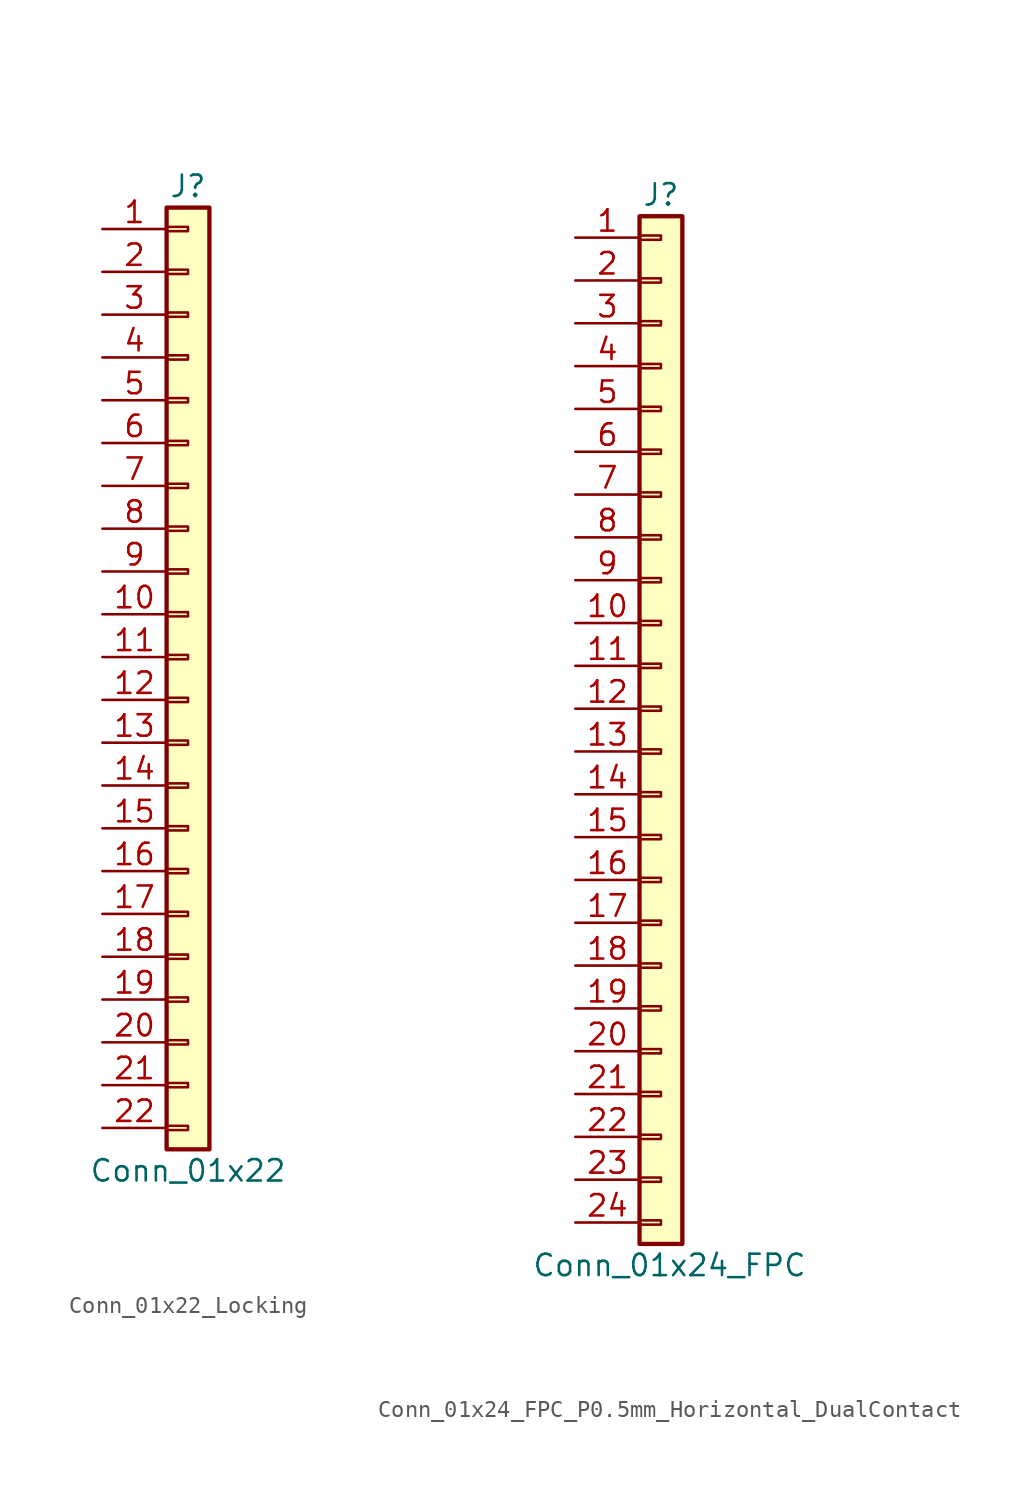
<source format=kicad_sym>
(kicad_symbol_lib
  (version 20241209)
  (generator "kicad_symbol_editor")
  (generator_version "9.0")
  (symbol "Conn_01x22_Locking"
    (pin_names
      (offset 1.016)
      (hide yes))
    (property "Reference" "J"
      (at 0 27.94 0)
      (effects (font (size 1.27 1.27))))
    (property "Value" "Conn_01x22"
      (at 0 -30.48 0)
      (effects (font (size 1.27 1.27))))
    (symbol "Conn_01x22_Locking_1_1"
      (rectangle (start -1.27 26.67) (end 1.27 -29.21) (stroke (width 0.254) (type default)) (fill (type background)))
      (rectangle (start -1.27 25.527) (end 0 25.273) (stroke (width 0.152) (type default)) (fill (type none)))
      (rectangle (start -1.27 22.987) (end 0 22.733) (stroke (width 0.152) (type default)) (fill (type none)))
      (rectangle (start -1.27 20.447) (end 0 20.193) (stroke (width 0.152) (type default)) (fill (type none)))
      (rectangle (start -1.27 17.907) (end 0 17.653) (stroke (width 0.152) (type default)) (fill (type none)))
      (rectangle (start -1.27 15.367) (end 0 15.113) (stroke (width 0.152) (type default)) (fill (type none)))
      (rectangle (start -1.27 12.827) (end 0 12.573) (stroke (width 0.152) (type default)) (fill (type none)))
      (rectangle (start -1.27 10.287) (end 0 10.033) (stroke (width 0.152) (type default)) (fill (type none)))
      (rectangle (start -1.27 7.747) (end 0 7.493) (stroke (width 0.152) (type default)) (fill (type none)))
      (rectangle (start -1.27 5.207) (end 0 4.953) (stroke (width 0.152) (type default)) (fill (type none)))
      (rectangle (start -1.27 2.667) (end 0 2.413) (stroke (width 0.152) (type default)) (fill (type none)))
      (rectangle (start -1.27 0.127) (end 0 -0.127) (stroke (width 0.152) (type default)) (fill (type none)))
      (rectangle (start -1.27 -2.413) (end 0 -2.667) (stroke (width 0.152) (type default)) (fill (type none)))
      (rectangle (start -1.27 -4.953) (end 0 -5.207) (stroke (width 0.152) (type default)) (fill (type none)))
      (rectangle (start -1.27 -7.493) (end 0 -7.747) (stroke (width 0.152) (type default)) (fill (type none)))
      (rectangle (start -1.27 -10.033) (end 0 -10.287) (stroke (width 0.152) (type default)) (fill (type none)))
      (rectangle (start -1.27 -12.573) (end 0 -12.827) (stroke (width 0.152) (type default)) (fill (type none)))
      (rectangle (start -1.27 -15.113) (end 0 -15.367) (stroke (width 0.152) (type default)) (fill (type none)))
      (rectangle (start -1.27 -17.653) (end 0 -17.907) (stroke (width 0.152) (type default)) (fill (type none)))
      (rectangle (start -1.27 -20.193) (end 0 -20.447) (stroke (width 0.152) (type default)) (fill (type none)))
      (rectangle (start -1.27 -22.733) (end 0 -22.987) (stroke (width 0.152) (type default)) (fill (type none)))
      (rectangle (start -1.27 -25.273) (end 0 -25.527) (stroke (width 0.152) (type default)) (fill (type none)))
      (rectangle (start -1.27 -27.813) (end 0 -28.067) (stroke (width 0.152) (type default)) (fill (type none)))
      (pin passive line (at -5.08 25.4 0) (length 3.81) (name "Pin_1" (effects (font (size 1.27 1.27)))) (number "1" (effects (font (size 1.27 1.27)))))
      (pin passive line (at -5.08 22.86 0) (length 3.81) (name "Pin_2" (effects (font (size 1.27 1.27)))) (number "2" (effects (font (size 1.27 1.27)))))
      (pin passive line (at -5.08 20.32 0) (length 3.81) (name "Pin_3" (effects (font (size 1.27 1.27)))) (number "3" (effects (font (size 1.27 1.27)))))
      (pin passive line (at -5.08 17.78 0) (length 3.81) (name "Pin_4" (effects (font (size 1.27 1.27)))) (number "4" (effects (font (size 1.27 1.27)))))
      (pin passive line (at -5.08 15.24 0) (length 3.81) (name "Pin_5" (effects (font (size 1.27 1.27)))) (number "5" (effects (font (size 1.27 1.27)))))
      (pin passive line (at -5.08 12.7 0) (length 3.81) (name "Pin_6" (effects (font (size 1.27 1.27)))) (number "6" (effects (font (size 1.27 1.27)))))
      (pin passive line (at -5.08 10.16 0) (length 3.81) (name "Pin_7" (effects (font (size 1.27 1.27)))) (number "7" (effects (font (size 1.27 1.27)))))
      (pin passive line (at -5.08 7.62 0) (length 3.81) (name "Pin_8" (effects (font (size 1.27 1.27)))) (number "8" (effects (font (size 1.27 1.27)))))
      (pin passive line (at -5.08 5.08 0) (length 3.81) (name "Pin_9" (effects (font (size 1.27 1.27)))) (number "9" (effects (font (size 1.27 1.27)))))
      (pin passive line (at -5.08 2.54 0) (length 3.81) (name "Pin_10" (effects (font (size 1.27 1.27)))) (number "10" (effects (font (size 1.27 1.27)))))
      (pin passive line (at -5.08 0 0) (length 3.81) (name "Pin_11" (effects (font (size 1.27 1.27)))) (number "11" (effects (font (size 1.27 1.27)))))
      (pin passive line (at -5.08 -2.54 0) (length 3.81) (name "Pin_12" (effects (font (size 1.27 1.27)))) (number "12" (effects (font (size 1.27 1.27)))))
      (pin passive line (at -5.08 -5.08 0) (length 3.81) (name "Pin_13" (effects (font (size 1.27 1.27)))) (number "13" (effects (font (size 1.27 1.27)))))
      (pin passive line (at -5.08 -7.62 0) (length 3.81) (name "Pin_14" (effects (font (size 1.27 1.27)))) (number "14" (effects (font (size 1.27 1.27)))))
      (pin passive line (at -5.08 -10.16 0) (length 3.81) (name "Pin_15" (effects (font (size 1.27 1.27)))) (number "15" (effects (font (size 1.27 1.27)))))
      (pin passive line (at -5.08 -12.7 0) (length 3.81) (name "Pin_16" (effects (font (size 1.27 1.27)))) (number "16" (effects (font (size 1.27 1.27)))))
      (pin passive line (at -5.08 -15.24 0) (length 3.81) (name "Pin_17" (effects (font (size 1.27 1.27)))) (number "17" (effects (font (size 1.27 1.27)))))
      (pin passive line (at -5.08 -17.78 0) (length 3.81) (name "Pin_18" (effects (font (size 1.27 1.27)))) (number "18" (effects (font (size 1.27 1.27)))))
      (pin passive line (at -5.08 -20.32 0) (length 3.81) (name "Pin_19" (effects (font (size 1.27 1.27)))) (number "19" (effects (font (size 1.27 1.27)))))
      (pin passive line (at -5.08 -22.86 0) (length 3.81) (name "Pin_20" (effects (font (size 1.27 1.27)))) (number "20" (effects (font (size 1.27 1.27)))))
      (pin passive line (at -5.08 -25.4 0) (length 3.81) (name "Pin_21" (effects (font (size 1.27 1.27)))) (number "21" (effects (font (size 1.27 1.27)))))
      (pin passive line (at -5.08 -27.94 0) (length 3.81) (name "Pin_22" (effects (font (size 1.27 1.27)))) (number "22" (effects (font (size 1.27 1.27)))))))
  (symbol "Conn_01x24_FPC_P0.5mm_Horizontal_DualContact"
    (pin_names
      (offset 1.016)
      (hide yes))
    (property "Reference" "J"
      (at 0 27.94 0)
      (effects (font (size 1.27 1.27))))
    (property "Value" "Conn_01x24_FPC"
      (at 0.508 -35.56 0)
      (effects (font (size 1.27 1.27))))
    (symbol "Conn_01x24_FPC_P0.5mm_Horizontal_DualContact_1_1"
      (rectangle (start -1.27 26.67) (end 1.27 -34.29) (stroke (width 0.254) (type default)) (fill (type background)))
      (rectangle (start -1.27 25.527) (end 0 25.273) (stroke (width 0.152) (type default)) (fill (type none)))
      (rectangle (start -1.27 22.987) (end 0 22.733) (stroke (width 0.152) (type default)) (fill (type none)))
      (rectangle (start -1.27 20.447) (end 0 20.193) (stroke (width 0.152) (type default)) (fill (type none)))
      (rectangle (start -1.27 17.907) (end 0 17.653) (stroke (width 0.152) (type default)) (fill (type none)))
      (rectangle (start -1.27 15.367) (end 0 15.113) (stroke (width 0.152) (type default)) (fill (type none)))
      (rectangle (start -1.27 12.827) (end 0 12.573) (stroke (width 0.152) (type default)) (fill (type none)))
      (rectangle (start -1.27 10.287) (end 0 10.033) (stroke (width 0.152) (type default)) (fill (type none)))
      (rectangle (start -1.27 7.747) (end 0 7.493) (stroke (width 0.152) (type default)) (fill (type none)))
      (rectangle (start -1.27 5.207) (end 0 4.953) (stroke (width 0.152) (type default)) (fill (type none)))
      (rectangle (start -1.27 2.667) (end 0 2.413) (stroke (width 0.152) (type default)) (fill (type none)))
      (rectangle (start -1.27 0.127) (end 0 -0.127) (stroke (width 0.152) (type default)) (fill (type none)))
      (rectangle (start -1.27 -2.413) (end 0 -2.667) (stroke (width 0.152) (type default)) (fill (type none)))
      (rectangle (start -1.27 -4.953) (end 0 -5.207) (stroke (width 0.152) (type default)) (fill (type none)))
      (rectangle (start -1.27 -7.493) (end 0 -7.747) (stroke (width 0.152) (type default)) (fill (type none)))
      (rectangle (start -1.27 -10.033) (end 0 -10.287) (stroke (width 0.152) (type default)) (fill (type none)))
      (rectangle (start -1.27 -12.573) (end 0 -12.827) (stroke (width 0.152) (type default)) (fill (type none)))
      (rectangle (start -1.27 -15.113) (end 0 -15.367) (stroke (width 0.152) (type default)) (fill (type none)))
      (rectangle (start -1.27 -17.653) (end 0 -17.907) (stroke (width 0.152) (type default)) (fill (type none)))
      (rectangle (start -1.27 -20.193) (end 0 -20.447) (stroke (width 0.152) (type default)) (fill (type none)))
      (rectangle (start -1.27 -22.733) (end 0 -22.987) (stroke (width 0.152) (type default)) (fill (type none)))
      (rectangle (start -1.27 -25.273) (end 0 -25.527) (stroke (width 0.152) (type default)) (fill (type none)))
      (rectangle (start -1.27 -27.813) (end 0 -28.067) (stroke (width 0.152) (type default)) (fill (type none)))
      (rectangle (start -1.27 -30.353) (end 0 -30.607) (stroke (width 0.152) (type default)) (fill (type none)))
      (rectangle (start -1.27 -32.893) (end 0 -33.147) (stroke (width 0.152) (type default)) (fill (type none)))
      (pin passive line (at -5.08 25.4 0) (length 3.81) (name "Pin_1" (effects (font (size 1.27 1.27)))) (number "1" (effects (font (size 1.27 1.27)))))
      (pin passive line (at -5.08 22.86 0) (length 3.81) (name "Pin_2" (effects (font (size 1.27 1.27)))) (number "2" (effects (font (size 1.27 1.27)))))
      (pin passive line (at -5.08 20.32 0) (length 3.81) (name "Pin_3" (effects (font (size 1.27 1.27)))) (number "3" (effects (font (size 1.27 1.27)))))
      (pin passive line (at -5.08 17.78 0) (length 3.81) (name "Pin_4" (effects (font (size 1.27 1.27)))) (number "4" (effects (font (size 1.27 1.27)))))
      (pin passive line (at -5.08 15.24 0) (length 3.81) (name "Pin_5" (effects (font (size 1.27 1.27)))) (number "5" (effects (font (size 1.27 1.27)))))
      (pin passive line (at -5.08 12.7 0) (length 3.81) (name "Pin_6" (effects (font (size 1.27 1.27)))) (number "6" (effects (font (size 1.27 1.27)))))
      (pin passive line (at -5.08 10.16 0) (length 3.81) (name "Pin_7" (effects (font (size 1.27 1.27)))) (number "7" (effects (font (size 1.27 1.27)))))
      (pin passive line (at -5.08 7.62 0) (length 3.81) (name "Pin_8" (effects (font (size 1.27 1.27)))) (number "8" (effects (font (size 1.27 1.27)))))
      (pin passive line (at -5.08 5.08 0) (length 3.81) (name "Pin_9" (effects (font (size 1.27 1.27)))) (number "9" (effects (font (size 1.27 1.27)))))
      (pin passive line (at -5.08 2.54 0) (length 3.81) (name "Pin_10" (effects (font (size 1.27 1.27)))) (number "10" (effects (font (size 1.27 1.27)))))
      (pin passive line (at -5.08 0 0) (length 3.81) (name "Pin_11" (effects (font (size 1.27 1.27)))) (number "11" (effects (font (size 1.27 1.27)))))
      (pin passive line (at -5.08 -2.54 0) (length 3.81) (name "Pin_12" (effects (font (size 1.27 1.27)))) (number "12" (effects (font (size 1.27 1.27)))))
      (pin passive line (at -5.08 -5.08 0) (length 3.81) (name "Pin_13" (effects (font (size 1.27 1.27)))) (number "13" (effects (font (size 1.27 1.27)))))
      (pin passive line (at -5.08 -7.62 0) (length 3.81) (name "Pin_14" (effects (font (size 1.27 1.27)))) (number "14" (effects (font (size 1.27 1.27)))))
      (pin passive line (at -5.08 -10.16 0) (length 3.81) (name "Pin_15" (effects (font (size 1.27 1.27)))) (number "15" (effects (font (size 1.27 1.27)))))
      (pin passive line (at -5.08 -12.7 0) (length 3.81) (name "Pin_16" (effects (font (size 1.27 1.27)))) (number "16" (effects (font (size 1.27 1.27)))))
      (pin passive line (at -5.08 -15.24 0) (length 3.81) (name "Pin_17" (effects (font (size 1.27 1.27)))) (number "17" (effects (font (size 1.27 1.27)))))
      (pin passive line (at -5.08 -17.78 0) (length 3.81) (name "Pin_18" (effects (font (size 1.27 1.27)))) (number "18" (effects (font (size 1.27 1.27)))))
      (pin passive line (at -5.08 -20.32 0) (length 3.81) (name "Pin_19" (effects (font (size 1.27 1.27)))) (number "19" (effects (font (size 1.27 1.27)))))
      (pin passive line (at -5.08 -22.86 0) (length 3.81) (name "Pin_20" (effects (font (size 1.27 1.27)))) (number "20" (effects (font (size 1.27 1.27)))))
      (pin passive line (at -5.08 -25.4 0) (length 3.81) (name "Pin_21" (effects (font (size 1.27 1.27)))) (number "21" (effects (font (size 1.27 1.27)))))
      (pin passive line (at -5.08 -27.94 0) (length 3.81) (name "Pin_22" (effects (font (size 1.27 1.27)))) (number "22" (effects (font (size 1.27 1.27)))))
      (pin passive line (at -5.08 -30.48 0) (length 3.81) (name "Pin_23" (effects (font (size 1.27 1.27)))) (number "23" (effects (font (size 1.27 1.27)))))
      (pin passive line (at -5.08 -33.02 0) (length 3.81) (name "Pin_24" (effects (font (size 1.27 1.27)))) (number "24" (effects (font (size 1.27 1.27)))))
      (pin no_connect line (at 3.81 -24.13 90) (length 5.08) (hide yes) (name "NC" (effects (font (size 1.27 1.27)))) (number "MP1" (effects (font (size 1.27 1.27)))))
      (pin no_connect line (at 6.35 -24.13 90) (length 5.08) (hide yes) (name "NC" (effects (font (size 1.27 1.27)))) (number "MP2" (effects (font (size 1.27 1.27))))))))
</source>
